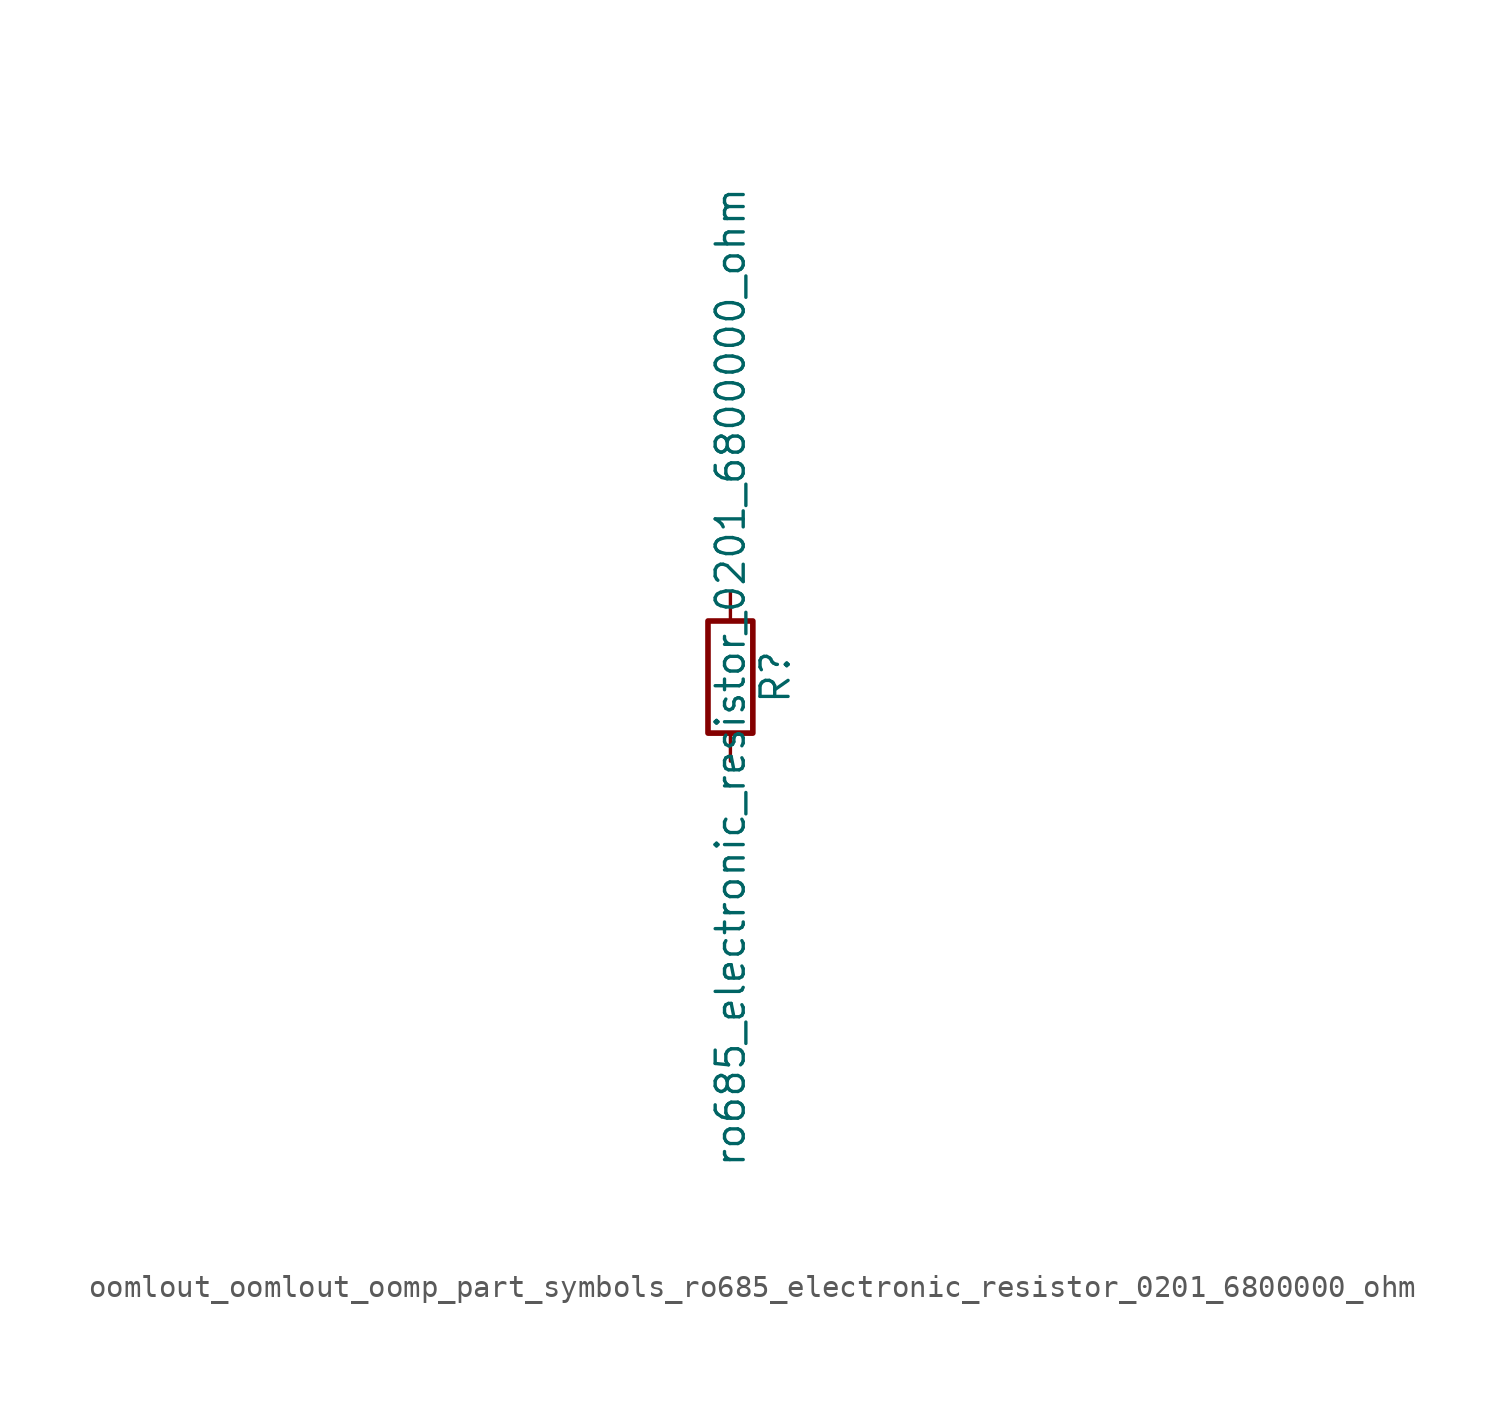
<source format=kicad_sym>
(kicad_symbol_lib
  (version 20220914)
  (generator kicad_symbol_editor)
  (symbol "oomlout_oomlout_oomp_part_symbols_ro685_electronic_resistor_0201_6800000_ohm"
    (pin_numbers hide)
    (pin_names
      (offset 0))
    (property "Reference" "R"
      (at 2.032 0 90)
      (effects (font (size 1.27 1.27))))
    (property "Value" "ro685_electronic_resistor_0201_6800000_ohm"
      (at 0 0 90)
      (effects (font (size 1.27 1.27))))
    (symbol "oomlout_oomlout_oomp_part_symbols_ro685_electronic_resistor_0201_6800000_ohm_0_1"
      (rectangle (start -1.016 -2.54) (end 1.016 2.54) (stroke (width 0.254) (type default)) (fill (type none))))
    (symbol "oomlout_oomlout_oomp_part_symbols_ro685_electronic_resistor_0201_6800000_ohm_1_1"
      (pin passive line (at 0 3.81 270) (length 1.27) (name "~" (effects (font (size 1.27 1.27)))) (number "1" (effects (font (size 1.27 1.27)))))
      (pin passive line (at 0 -3.81 90) (length 1.27) (name "~" (effects (font (size 1.27 1.27)))) (number "2" (effects (font (size 1.27 1.27))))))))
</source>
